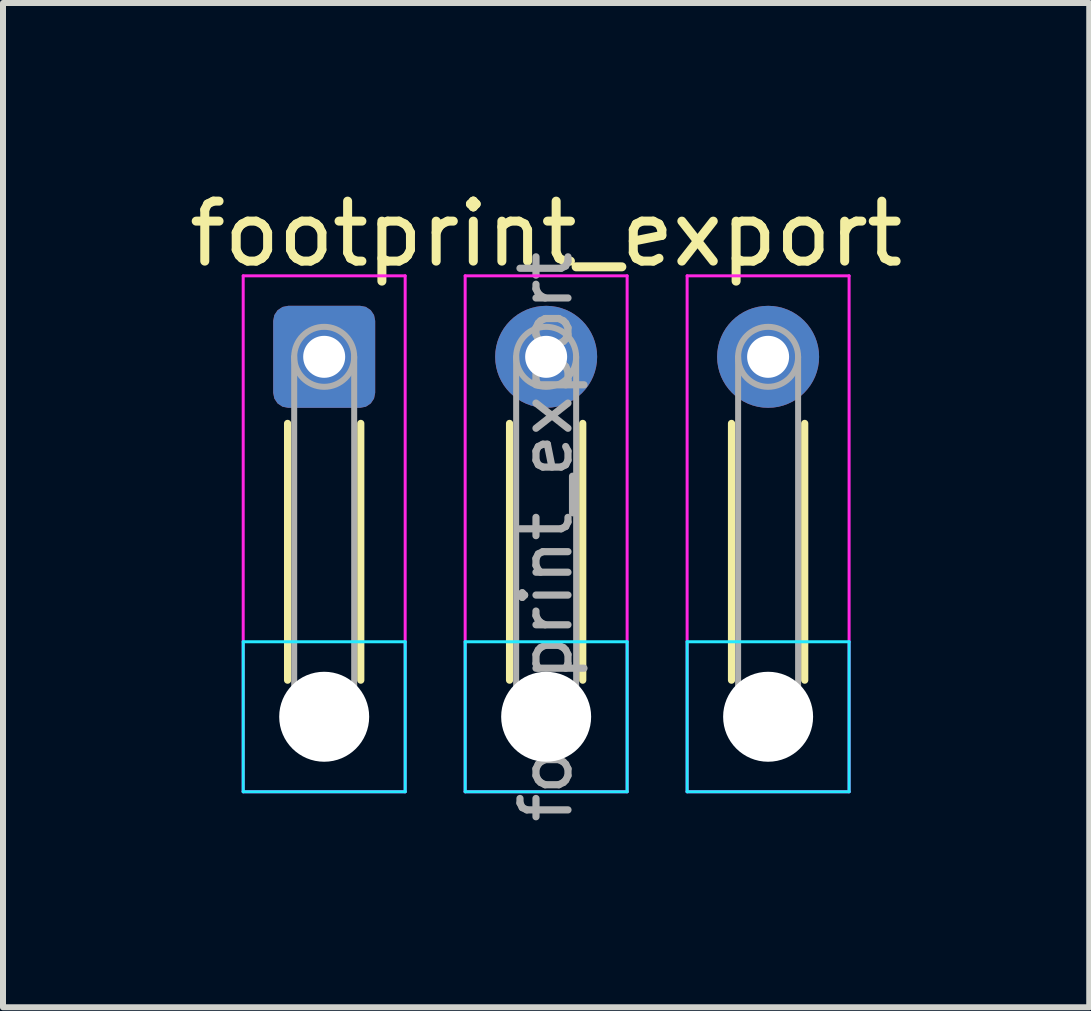
<source format=kicad_pcb>
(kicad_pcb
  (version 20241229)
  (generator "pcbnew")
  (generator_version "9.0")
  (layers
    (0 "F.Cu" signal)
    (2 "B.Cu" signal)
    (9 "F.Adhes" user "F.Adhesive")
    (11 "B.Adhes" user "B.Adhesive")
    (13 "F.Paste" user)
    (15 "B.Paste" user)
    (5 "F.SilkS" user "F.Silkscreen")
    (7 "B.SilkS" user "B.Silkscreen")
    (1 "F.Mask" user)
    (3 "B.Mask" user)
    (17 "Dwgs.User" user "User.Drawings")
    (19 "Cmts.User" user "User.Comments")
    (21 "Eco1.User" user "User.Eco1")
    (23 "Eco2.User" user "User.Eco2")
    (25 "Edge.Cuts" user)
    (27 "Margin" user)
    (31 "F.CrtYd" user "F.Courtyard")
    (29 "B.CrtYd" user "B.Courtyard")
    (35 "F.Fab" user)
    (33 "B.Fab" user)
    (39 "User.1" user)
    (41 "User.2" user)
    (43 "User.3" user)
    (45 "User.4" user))
  (footprint "footprint_export"
    (layer "F.Cu")
    (at 2.354 2.898)
    (property "Reference" "footprint_export" (at 3.7 -2.05 0) (layer "F.SilkS") (effects (font (size 1 1) (thickness 0.15))))
    (attr exclude_from_pos_files exclude_from_bom)
    (fp_line (start -0.61 1.11) (end -0.61 5.39) (stroke (width 0.12) (type solid)) (layer "F.SilkS"))
    (fp_line (start 0.61 1.11) (end 0.61 5.39) (stroke (width 0.12) (type solid)) (layer "F.SilkS"))
    (fp_line (start 3.09 1.11) (end 3.09 5.39) (stroke (width 0.12) (type solid)) (layer "F.SilkS"))
    (fp_line (start 4.31 1.11) (end 4.31 5.39) (stroke (width 0.12) (type solid)) (layer "F.SilkS"))
    (fp_line (start 6.79 1.11) (end 6.79 5.39) (stroke (width 0.12) (type solid)) (layer "F.SilkS"))
    (fp_line (start 8.01 1.11) (end 8.01 5.39) (stroke (width 0.12) (type solid)) (layer "F.SilkS"))
    (fp_line (start -1.35 4.75) (end -1.35 7.25) (stroke (width 0.05) (type solid)) (layer "B.CrtYd"))
    (fp_line (start -1.35 7.25) (end 1.35 7.25) (stroke (width 0.05) (type solid)) (layer "B.CrtYd"))
    (fp_line (start 1.35 4.75) (end -1.35 4.75) (stroke (width 0.05) (type solid)) (layer "B.CrtYd"))
    (fp_line (start 1.35 7.25) (end 1.35 4.75) (stroke (width 0.05) (type solid)) (layer "B.CrtYd"))
    (fp_line (start 2.35 4.75) (end 2.35 7.25) (stroke (width 0.05) (type solid)) (layer "B.CrtYd"))
    (fp_line (start 2.35 7.25) (end 5.05 7.25) (stroke (width 0.05) (type solid)) (layer "B.CrtYd"))
    (fp_line (start 5.05 4.75) (end 2.35 4.75) (stroke (width 0.05) (type solid)) (layer "B.CrtYd"))
    (fp_line (start 5.05 7.25) (end 5.05 4.75) (stroke (width 0.05) (type solid)) (layer "B.CrtYd"))
    (fp_line (start 6.05 4.75) (end 6.05 7.25) (stroke (width 0.05) (type solid)) (layer "B.CrtYd"))
    (fp_line (start 6.05 7.25) (end 8.75 7.25) (stroke (width 0.05) (type solid)) (layer "B.CrtYd"))
    (fp_line (start 8.75 4.75) (end 6.05 4.75) (stroke (width 0.05) (type solid)) (layer "B.CrtYd"))
    (fp_line (start 8.75 7.25) (end 8.75 4.75) (stroke (width 0.05) (type solid)) (layer "B.CrtYd"))
    (fp_line (start -1.35 -1.35) (end -1.35 7.25) (stroke (width 0.05) (type solid)) (layer "F.CrtYd"))
    (fp_line (start -1.35 7.25) (end 1.35 7.25) (stroke (width 0.05) (type solid)) (layer "F.CrtYd"))
    (fp_line (start 1.35 -1.35) (end -1.35 -1.35) (stroke (width 0.05) (type solid)) (layer "F.CrtYd"))
    (fp_line (start 1.35 7.25) (end 1.35 -1.35) (stroke (width 0.05) (type solid)) (layer "F.CrtYd"))
    (fp_line (start 2.35 -1.35) (end 2.35 7.25) (stroke (width 0.05) (type solid)) (layer "F.CrtYd"))
    (fp_line (start 2.35 7.25) (end 5.05 7.25) (stroke (width 0.05) (type solid)) (layer "F.CrtYd"))
    (fp_line (start 5.05 -1.35) (end 2.35 -1.35) (stroke (width 0.05) (type solid)) (layer "F.CrtYd"))
    (fp_line (start 5.05 7.25) (end 5.05 -1.35) (stroke (width 0.05) (type solid)) (layer "F.CrtYd"))
    (fp_line (start 6.05 -1.35) (end 6.05 7.25) (stroke (width 0.05) (type solid)) (layer "F.CrtYd"))
    (fp_line (start 6.05 7.25) (end 8.75 7.25) (stroke (width 0.05) (type solid)) (layer "F.CrtYd"))
    (fp_line (start 8.75 -1.35) (end 6.05 -1.35) (stroke (width 0.05) (type solid)) (layer "F.CrtYd"))
    (fp_line (start 8.75 7.25) (end 8.75 -1.35) (stroke (width 0.05) (type solid)) (layer "F.CrtYd"))
    (fp_line (start -0.5 0) (end -0.5 6) (stroke (width 0.1) (type solid)) (layer "F.Fab"))
    (fp_line (start 0.5 0) (end 0.5 6) (stroke (width 0.1) (type solid)) (layer "F.Fab"))
    (fp_line (start 3.2 0) (end 3.2 6) (stroke (width 0.1) (type solid)) (layer "F.Fab"))
    (fp_line (start 4.2 0) (end 4.2 6) (stroke (width 0.1) (type solid)) (layer "F.Fab"))
    (fp_line (start 6.9 0) (end 6.9 6) (stroke (width 0.1) (type solid)) (layer "F.Fab"))
    (fp_line (start 7.9 0) (end 7.9 6) (stroke (width 0.1) (type solid)) (layer "F.Fab"))
    (fp_circle (center 0 0) (end 0.5 0) (stroke (width 0.1) (type solid)) (fill no) (layer "F.Fab"))
    (fp_circle (center 0 6) (end 0.5 6) (stroke (width 0.1) (type solid)) (fill no) (layer "F.Fab"))
    (fp_circle (center 3.7 0) (end 4.2 0) (stroke (width 0.1) (type solid)) (fill no) (layer "F.Fab"))
    (fp_circle (center 3.7 6) (end 4.2 6) (stroke (width 0.1) (type solid)) (fill no) (layer "F.Fab"))
    (fp_circle (center 7.4 0) (end 7.9 0) (stroke (width 0.1) (type solid)) (fill no) (layer "F.Fab"))
    (fp_circle (center 7.4 6) (end 7.9 6) (stroke (width 0.1) (type solid)) (fill no) (layer "F.Fab"))
    (fp_text user "${REFERENCE}" (at 3.7 3 90) (layer "F.Fab") (effects (font (size 0.8 0.8) (thickness 0.12))))
    (pad "" np_thru_hole circle (at 0 6) (size 1.5 1.5) (drill 1.5) (layers "*.Cu" "*.Mask"))
    (pad "" np_thru_hole circle (at 3.7 6) (size 1.5 1.5) (drill 1.5) (layers "*.Cu" "*.Mask"))
    (pad "" np_thru_hole circle (at 7.4 6) (size 1.5 1.5) (drill 1.5) (layers "*.Cu" "*.Mask"))
    (pad "1" thru_hole roundrect (at 0 0) (size 1.7 1.7) (drill 0.7) (layers "*.Cu" "*.Mask") (roundrect_rratio 0.147))
    (pad "2" thru_hole circle (at 3.7 0) (size 1.7 1.7) (drill 0.7) (layers "*.Cu" "*.Mask"))
    (pad "3" thru_hole circle (at 7.4 0) (size 1.7 1.7) (drill 0.7) (layers "*.Cu" "*.Mask")))
  (gr_rect
    (start -3 -3)
    (end 15.107 13.741)
    (stroke (width 0.1) (type default))
    (fill no)
    (layer "Edge.Cuts")))
</source>
